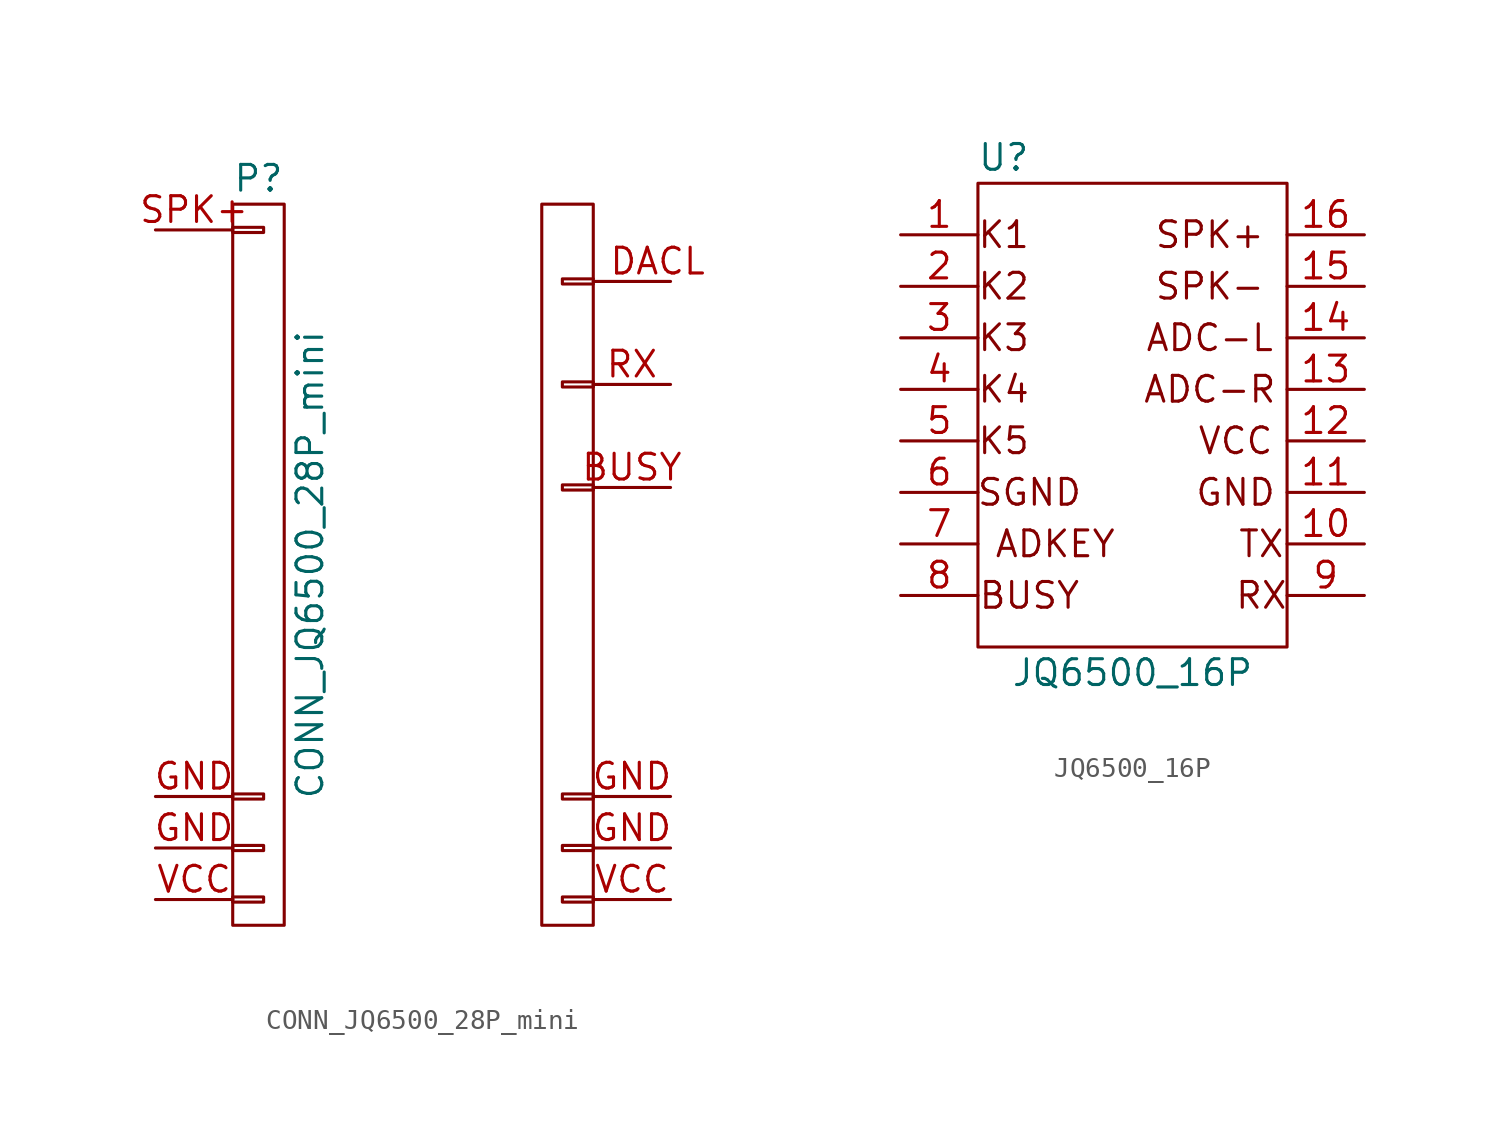
<source format=kicad_sym>
(kicad_symbol_lib
  (version 20231120)
  (generator "kicad_symbol_editor")
  (generator_version "8.0")
  (symbol "CONN_JQ6500_28P_mini"
    (pin_names
      (offset 1.016) hide)
    (property "Reference" "P"
      (at 0 19.05 0)
      (effects (font (size 1.27 1.27))))
    (property "Value" "CONN_JQ6500_28P_mini"
      (at 2.54 0 90)
      (effects (font (size 1.27 1.27))))
    (property "Footprint" ""
      (at 0 0 0)
      (effects (font (size 1.27 1.27))))
    (property "Datasheet" ""
      (at 0 0 0)
      (effects (font (size 1.27 1.27))))
    (symbol "CONN_JQ6500_28P_mini_0_1"
      (rectangle (start -1.27 -16.383) (end 0.254 -16.637) (stroke (width 0) (type solid)) (fill (type none)))
      (rectangle (start -1.27 -13.843) (end 0.254 -14.097) (stroke (width 0) (type solid)) (fill (type none)))
      (rectangle (start -1.27 -11.303) (end 0.254 -11.557) (stroke (width 0) (type solid)) (fill (type none)))
      (rectangle (start -1.27 16.637) (end 0.254 16.383) (stroke (width 0) (type solid)) (fill (type none)))
      (rectangle (start -1.27 17.78) (end 1.27 -17.78) (stroke (width 0) (type solid)) (fill (type none)))
      (polyline (pts (xy 19.05 13.97) (xy 16.51 13.97)) (stroke (width 0) (type solid)) (fill (type none)))
      (polyline (pts (xy 16.51 13.843) (xy 14.986 13.843) (xy 14.986 14.097) (xy 16.51 14.097)) (stroke (width 0) (type solid)) (fill (type none)))
      (rectangle (start 16.51 -16.383) (end 14.986 -16.637) (stroke (width 0) (type solid)) (fill (type none)))
      (rectangle (start 16.51 -13.843) (end 14.986 -14.097) (stroke (width 0) (type solid)) (fill (type none)))
      (rectangle (start 16.51 -11.303) (end 14.986 -11.557) (stroke (width 0) (type solid)) (fill (type none)))
      (rectangle (start 16.51 3.937) (end 14.986 3.683) (stroke (width 0) (type solid)) (fill (type none)))
      (rectangle (start 16.51 9.017) (end 14.986 8.763) (stroke (width 0) (type solid)) (fill (type none)))
      (rectangle (start 16.51 17.78) (end 13.97 -17.78) (stroke (width 0) (type solid)) (fill (type none))))
    (symbol "CONN_JQ6500_28P_mini_1_1"
      (pin passive line (at 20.32 3.81 180) (length 3.81) (name "P20" (effects (font (size 1.27 1.27)))) (number "BUSY" (effects (font (size 1.27 1.27)))))
      (pin passive line (at 20.32 13.97 180) (length 1.27) (name "P16" (effects (font (size 1.27 1.27)))) (number "DACL" (effects (font (size 1.27 1.27)))))
      (pin passive line (at -5.08 -11.43 0) (length 3.81) (name "P12" (effects (font (size 1.27 1.27)))) (number "GND" (effects (font (size 1.27 1.27)))))
      (pin passive line (at -5.08 -13.97 0) (length 3.81) (name "P13" (effects (font (size 1.27 1.27)))) (number "GND" (effects (font (size 1.27 1.27)))))
      (pin passive line (at 20.32 -11.43 180) (length 3.81) (name "P26" (effects (font (size 1.27 1.27)))) (number "GND" (effects (font (size 1.27 1.27)))))
      (pin passive line (at 20.32 -13.97 180) (length 3.81) (name "P27" (effects (font (size 1.27 1.27)))) (number "GND" (effects (font (size 1.27 1.27)))))
      (pin passive line (at 20.32 8.89 180) (length 3.81) (name "P18" (effects (font (size 1.27 1.27)))) (number "RX" (effects (font (size 1.27 1.27)))))
      (pin passive line (at -5.08 16.51 0) (length 3.81) (name "P1" (effects (font (size 1.27 1.27)))) (number "SPK+" (effects (font (size 1.27 1.27)))))
      (pin passive line (at -5.08 -16.51 0) (length 3.81) (name "P14" (effects (font (size 1.27 1.27)))) (number "VCC" (effects (font (size 1.27 1.27)))))
      (pin passive line (at 20.32 -16.51 180) (length 3.81) (name "P28" (effects (font (size 1.27 1.27)))) (number "VCC" (effects (font (size 1.27 1.27)))))))
  (symbol "JQ6500_16P"
    (pin_names
      (offset 1.016) hide)
    (property "Reference" "U"
      (at 0 12.7 0)
      (effects (font (size 1.27 1.27))))
    (property "Value" "JQ6500_16P"
      (at 6.35 -12.7 0)
      (effects (font (size 1.27 1.27))))
    (property "Footprint" ""
      (at 0 2.54 0)
      (effects (font (size 1.27 1.27))))
    (property "Datasheet" ""
      (at 0 2.54 0)
      (effects (font (size 1.27 1.27))))
    (symbol "JQ6500_16P_0_0"
      (text "ADC-L" (at 10.16 3.81 0) (effects (font (size 1.27 1.27))))
      (text "ADC-R" (at 10.16 1.27 0) (effects (font (size 1.27 1.27))))
      (text "ADKEY" (at 2.54 -6.35 0) (effects (font (size 1.27 1.27))))
      (text "BUSY" (at 1.27 -8.89 0) (effects (font (size 1.27 1.27))))
      (text "GND" (at 11.43 -3.81 0) (effects (font (size 1.27 1.27))))
      (text "K1" (at 0 8.89 0) (effects (font (size 1.27 1.27))))
      (text "K2" (at 0 6.35 0) (effects (font (size 1.27 1.27))))
      (text "K3" (at 0 3.81 0) (effects (font (size 1.27 1.27))))
      (text "K4" (at 0 1.27 0) (effects (font (size 1.27 1.27))))
      (text "K5" (at 0 -1.27 0) (effects (font (size 1.27 1.27))))
      (text "RX" (at 12.7 -8.89 0) (effects (font (size 1.27 1.27))))
      (text "SGND" (at 1.27 -3.81 0) (effects (font (size 1.27 1.27))))
      (text "SPK+" (at 10.16 8.89 0) (effects (font (size 1.27 1.27))))
      (text "SPK-" (at 10.16 6.35 0) (effects (font (size 1.27 1.27))))
      (text "TX" (at 12.7 -6.35 0) (effects (font (size 1.27 1.27))))
      (text "VCC" (at 11.43 -1.27 0) (effects (font (size 1.27 1.27)))))
    (symbol "JQ6500_16P_0_1"
      (rectangle (start -1.27 11.43) (end 13.97 -11.43) (stroke (width 0) (type solid)) (fill (type none))))
    (symbol "JQ6500_16P_1_1"
      (pin input line (at -5.08 8.89 0) (length 3.81) (name "K1" (effects (font (size 1.27 1.27)))) (number "1" (effects (font (size 1.27 1.27)))))
      (pin output line (at 17.78 -6.35 180) (length 3.81) (name "TX" (effects (font (size 1.27 1.27)))) (number "10" (effects (font (size 1.27 1.27)))))
      (pin power_in line (at 17.78 -3.81 180) (length 3.81) (name "GND" (effects (font (size 1.27 1.27)))) (number "11" (effects (font (size 1.27 1.27)))))
      (pin power_in line (at 17.78 -1.27 180) (length 3.81) (name "VCC" (effects (font (size 1.27 1.27)))) (number "12" (effects (font (size 1.27 1.27)))))
      (pin output line (at 17.78 1.27 180) (length 3.81) (name "K4ADC-R" (effects (font (size 1.27 1.27)))) (number "13" (effects (font (size 1.27 1.27)))))
      (pin input line (at 17.78 3.81 180) (length 3.81) (name "ADC-L" (effects (font (size 1.27 1.27)))) (number "14" (effects (font (size 1.27 1.27)))))
      (pin output line (at 17.78 6.35 180) (length 3.81) (name "SPK-" (effects (font (size 1.27 1.27)))) (number "15" (effects (font (size 1.27 1.27)))))
      (pin output line (at 17.78 8.89 180) (length 3.81) (name "SPK+" (effects (font (size 1.27 1.27)))) (number "16" (effects (font (size 1.27 1.27)))))
      (pin input line (at -5.08 6.35 0) (length 3.81) (name "K2" (effects (font (size 1.27 1.27)))) (number "2" (effects (font (size 1.27 1.27)))))
      (pin input line (at -5.08 3.81 0) (length 3.81) (name "K3" (effects (font (size 1.27 1.27)))) (number "3" (effects (font (size 1.27 1.27)))))
      (pin input line (at -5.08 1.27 0) (length 3.81) (name "K4" (effects (font (size 1.27 1.27)))) (number "4" (effects (font (size 1.27 1.27)))))
      (pin input line (at -5.08 -1.27 0) (length 3.81) (name "K5" (effects (font (size 1.27 1.27)))) (number "5" (effects (font (size 1.27 1.27)))))
      (pin power_in line (at -5.08 -3.81 0) (length 3.81) (name "GND" (effects (font (size 1.27 1.27)))) (number "6" (effects (font (size 1.27 1.27)))))
      (pin input line (at -5.08 -6.35 0) (length 3.81) (name "ADKEY" (effects (font (size 1.27 1.27)))) (number "7" (effects (font (size 1.27 1.27)))))
      (pin output line (at -5.08 -8.89 0) (length 3.81) (name "BUSY" (effects (font (size 1.27 1.27)))) (number "8" (effects (font (size 1.27 1.27)))))
      (pin input line (at 17.78 -8.89 180) (length 3.81) (name "RX" (effects (font (size 1.27 1.27)))) (number "9" (effects (font (size 1.27 1.27))))))))
</source>
